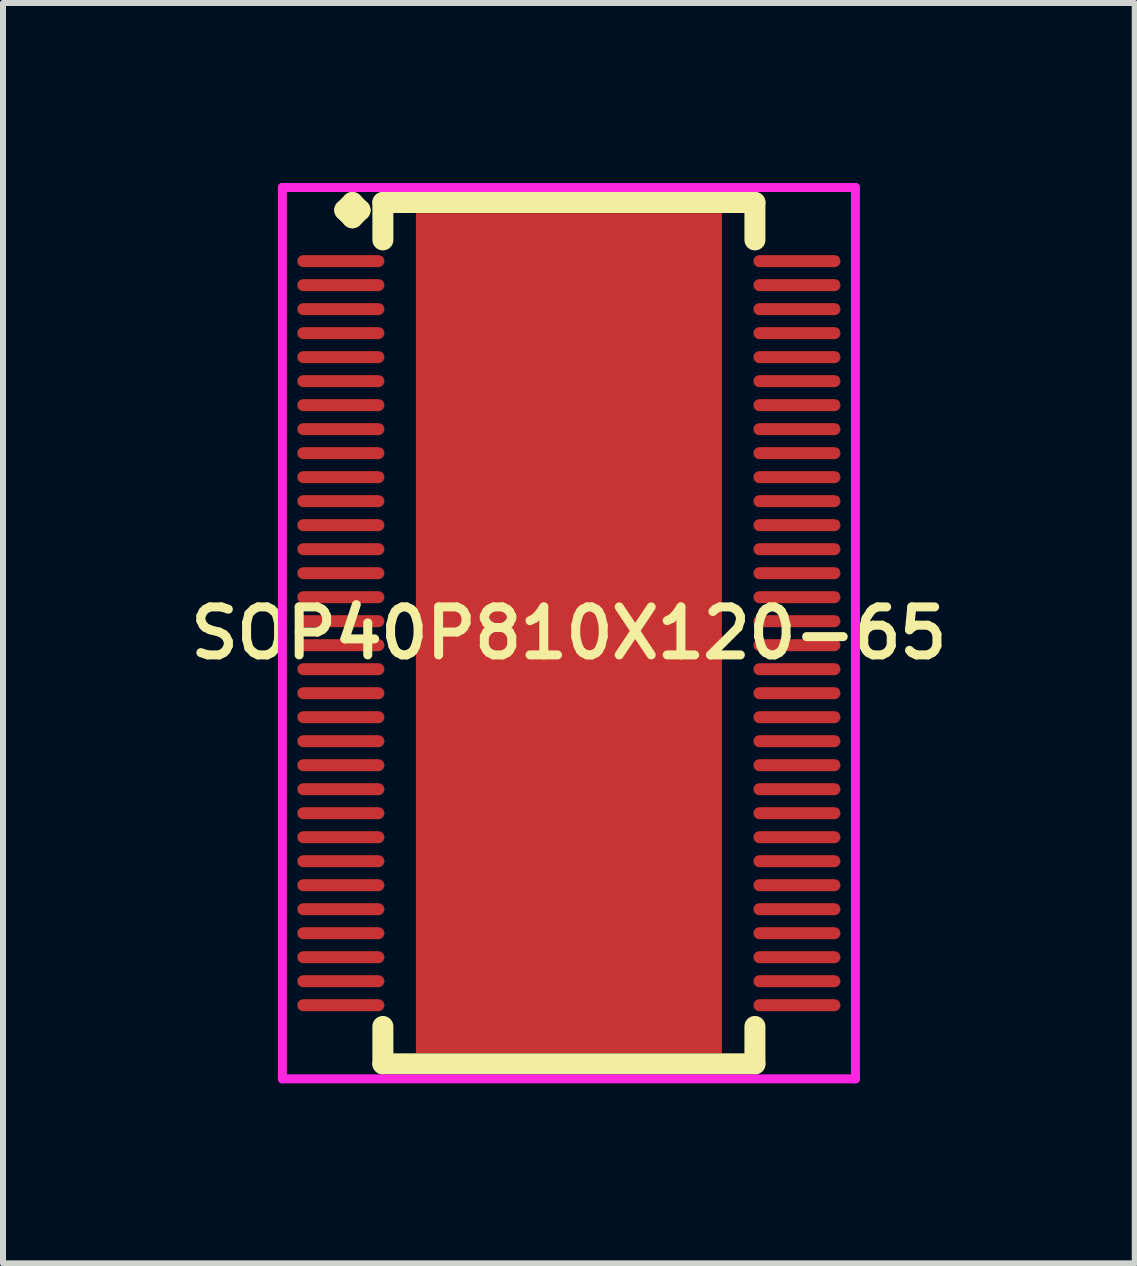
<source format=kicad_pcb>
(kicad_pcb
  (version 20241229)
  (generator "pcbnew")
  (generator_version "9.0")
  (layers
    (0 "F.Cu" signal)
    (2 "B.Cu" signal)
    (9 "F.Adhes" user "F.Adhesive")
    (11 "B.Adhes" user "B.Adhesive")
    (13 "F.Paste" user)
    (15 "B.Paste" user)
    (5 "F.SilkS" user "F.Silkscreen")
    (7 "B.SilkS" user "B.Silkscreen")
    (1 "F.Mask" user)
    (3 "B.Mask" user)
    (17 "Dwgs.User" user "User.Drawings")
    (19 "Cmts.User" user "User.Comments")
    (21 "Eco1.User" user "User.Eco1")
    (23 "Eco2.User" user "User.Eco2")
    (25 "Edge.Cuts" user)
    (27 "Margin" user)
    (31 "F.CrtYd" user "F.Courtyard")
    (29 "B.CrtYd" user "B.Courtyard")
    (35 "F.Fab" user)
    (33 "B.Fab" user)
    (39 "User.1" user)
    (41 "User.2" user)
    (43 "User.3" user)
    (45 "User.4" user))
  (footprint "SOP40P810X120-65"
    (layer "F.Cu")
    (at 6.431 7.502)
    (property "Reference" "SOP40P810X120-65" (at 0 0 0) (layer "F.SilkS") (effects (font (size 0.8 0.8) (thickness 0.15))))
    (attr smd)
    (fp_line (start -3.735 -7.05) (end -3.608 -7.177) (stroke (width 0.35) (type solid)) (layer "F.SilkS"))
    (fp_line (start -3.608 -7.177) (end -3.481 -7.05) (stroke (width 0.35) (type solid)) (layer "F.SilkS"))
    (fp_line (start -3.608 -6.923) (end -3.735 -7.05) (stroke (width 0.35) (type solid)) (layer "F.SilkS"))
    (fp_line (start -3.481 -7.05) (end -3.608 -6.923) (stroke (width 0.35) (type solid)) (layer "F.SilkS"))
    (fp_line (start -3.1 -7.177) (end 3.1 -7.177) (stroke (width 0.35) (type solid)) (layer "F.SilkS"))
    (fp_line (start -3.1 -6.554) (end -3.1 -7.177) (stroke (width 0.35) (type solid)) (layer "F.SilkS"))
    (fp_line (start -3.1 6.554) (end -3.1 7.177) (stroke (width 0.35) (type solid)) (layer "F.SilkS"))
    (fp_line (start -3.1 7.177) (end 3.1 7.177) (stroke (width 0.35) (type solid)) (layer "F.SilkS"))
    (fp_line (start 3.1 -7.177) (end 3.1 -6.554) (stroke (width 0.35) (type solid)) (layer "F.SilkS"))
    (fp_line (start 3.1 7.177) (end 3.1 6.554) (stroke (width 0.35) (type solid)) (layer "F.SilkS"))
    (fp_line (start -4.775 -7.427) (end 4.775 -7.427) (stroke (width 0.15) (type solid)) (layer "F.CrtYd"))
    (fp_line (start -4.775 7.427) (end -4.775 -7.427) (stroke (width 0.15) (type solid)) (layer "F.CrtYd"))
    (fp_line (start 4.775 -7.427) (end 4.775 7.427) (stroke (width 0.15) (type solid)) (layer "F.CrtYd"))
    (fp_line (start 4.775 7.427) (end -4.775 7.427) (stroke (width 0.15) (type solid)) (layer "F.CrtYd"))
    (pad "1" smd oval (at -3.8 -6.2) (size 1.45 0.2) (layers "F.Cu" "F.Mask" "F.Paste"))
    (pad "2" smd oval (at -3.8 -5.8) (size 1.45 0.2) (layers "F.Cu" "F.Mask" "F.Paste"))
    (pad "3" smd oval (at -3.8 -5.4) (size 1.45 0.2) (layers "F.Cu" "F.Mask" "F.Paste"))
    (pad "4" smd oval (at -3.8 -5) (size 1.45 0.2) (layers "F.Cu" "F.Mask" "F.Paste"))
    (pad "5" smd oval (at -3.8 -4.6) (size 1.45 0.2) (layers "F.Cu" "F.Mask" "F.Paste"))
    (pad "6" smd oval (at -3.8 -4.2) (size 1.45 0.2) (layers "F.Cu" "F.Mask" "F.Paste"))
    (pad "7" smd oval (at -3.8 -3.8) (size 1.45 0.2) (layers "F.Cu" "F.Mask" "F.Paste"))
    (pad "8" smd oval (at -3.8 -3.4) (size 1.45 0.2) (layers "F.Cu" "F.Mask" "F.Paste"))
    (pad "9" smd oval (at -3.8 -3) (size 1.45 0.2) (layers "F.Cu" "F.Mask" "F.Paste"))
    (pad "10" smd oval (at -3.8 -2.6) (size 1.45 0.2) (layers "F.Cu" "F.Mask" "F.Paste"))
    (pad "11" smd oval (at -3.8 -2.2) (size 1.45 0.2) (layers "F.Cu" "F.Mask" "F.Paste"))
    (pad "12" smd oval (at -3.8 -1.8) (size 1.45 0.2) (layers "F.Cu" "F.Mask" "F.Paste"))
    (pad "13" smd oval (at -3.8 -1.4) (size 1.45 0.2) (layers "F.Cu" "F.Mask" "F.Paste"))
    (pad "14" smd oval (at -3.8 -1) (size 1.45 0.2) (layers "F.Cu" "F.Mask" "F.Paste"))
    (pad "15" smd oval (at -3.8 -0.6) (size 1.45 0.2) (layers "F.Cu" "F.Mask" "F.Paste"))
    (pad "16" smd oval (at -3.8 -0.2) (size 1.45 0.2) (layers "F.Cu" "F.Mask" "F.Paste"))
    (pad "17" smd oval (at -3.8 0.2) (size 1.45 0.2) (layers "F.Cu" "F.Mask" "F.Paste"))
    (pad "18" smd oval (at -3.8 0.6) (size 1.45 0.2) (layers "F.Cu" "F.Mask" "F.Paste"))
    (pad "19" smd oval (at -3.8 1) (size 1.45 0.2) (layers "F.Cu" "F.Mask" "F.Paste"))
    (pad "20" smd oval (at -3.8 1.4) (size 1.45 0.2) (layers "F.Cu" "F.Mask" "F.Paste"))
    (pad "21" smd oval (at -3.8 1.8) (size 1.45 0.2) (layers "F.Cu" "F.Mask" "F.Paste"))
    (pad "22" smd oval (at -3.8 2.2) (size 1.45 0.2) (layers "F.Cu" "F.Mask" "F.Paste"))
    (pad "23" smd oval (at -3.8 2.6) (size 1.45 0.2) (layers "F.Cu" "F.Mask" "F.Paste"))
    (pad "24" smd oval (at -3.8 3) (size 1.45 0.2) (layers "F.Cu" "F.Mask" "F.Paste"))
    (pad "25" smd oval (at -3.8 3.4) (size 1.45 0.2) (layers "F.Cu" "F.Mask" "F.Paste"))
    (pad "26" smd oval (at -3.8 3.8) (size 1.45 0.2) (layers "F.Cu" "F.Mask" "F.Paste"))
    (pad "27" smd oval (at -3.8 4.2) (size 1.45 0.2) (layers "F.Cu" "F.Mask" "F.Paste"))
    (pad "28" smd oval (at -3.8 4.6) (size 1.45 0.2) (layers "F.Cu" "F.Mask" "F.Paste"))
    (pad "29" smd oval (at -3.8 5) (size 1.45 0.2) (layers "F.Cu" "F.Mask" "F.Paste"))
    (pad "30" smd oval (at -3.8 5.4) (size 1.45 0.2) (layers "F.Cu" "F.Mask" "F.Paste"))
    (pad "31" smd oval (at -3.8 5.8) (size 1.45 0.2) (layers "F.Cu" "F.Mask" "F.Paste"))
    (pad "32" smd oval (at -3.8 6.2) (size 1.45 0.2) (layers "F.Cu" "F.Mask" "F.Paste"))
    (pad "33" smd oval (at 3.8 6.2) (size 1.45 0.2) (layers "F.Cu" "F.Mask" "F.Paste"))
    (pad "34" smd oval (at 3.8 5.8) (size 1.45 0.2) (layers "F.Cu" "F.Mask" "F.Paste"))
    (pad "35" smd oval (at 3.8 5.4) (size 1.45 0.2) (layers "F.Cu" "F.Mask" "F.Paste"))
    (pad "36" smd oval (at 3.8 5) (size 1.45 0.2) (layers "F.Cu" "F.Mask" "F.Paste"))
    (pad "37" smd oval (at 3.8 4.6) (size 1.45 0.2) (layers "F.Cu" "F.Mask" "F.Paste"))
    (pad "38" smd oval (at 3.8 4.2) (size 1.45 0.2) (layers "F.Cu" "F.Mask" "F.Paste"))
    (pad "39" smd oval (at 3.8 3.8) (size 1.45 0.2) (layers "F.Cu" "F.Mask" "F.Paste"))
    (pad "40" smd oval (at 3.8 3.4) (size 1.45 0.2) (layers "F.Cu" "F.Mask" "F.Paste"))
    (pad "41" smd oval (at 3.8 3) (size 1.45 0.2) (layers "F.Cu" "F.Mask" "F.Paste"))
    (pad "42" smd oval (at 3.8 2.6) (size 1.45 0.2) (layers "F.Cu" "F.Mask" "F.Paste"))
    (pad "43" smd oval (at 3.8 2.2) (size 1.45 0.2) (layers "F.Cu" "F.Mask" "F.Paste"))
    (pad "44" smd oval (at 3.8 1.8) (size 1.45 0.2) (layers "F.Cu" "F.Mask" "F.Paste"))
    (pad "45" smd oval (at 3.8 1.4) (size 1.45 0.2) (layers "F.Cu" "F.Mask" "F.Paste"))
    (pad "46" smd oval (at 3.8 1) (size 1.45 0.2) (layers "F.Cu" "F.Mask" "F.Paste"))
    (pad "47" smd oval (at 3.8 0.6) (size 1.45 0.2) (layers "F.Cu" "F.Mask" "F.Paste"))
    (pad "48" smd oval (at 3.8 0.2) (size 1.45 0.2) (layers "F.Cu" "F.Mask" "F.Paste"))
    (pad "49" smd oval (at 3.8 -0.2) (size 1.45 0.2) (layers "F.Cu" "F.Mask" "F.Paste"))
    (pad "50" smd oval (at 3.8 -0.6) (size 1.45 0.2) (layers "F.Cu" "F.Mask" "F.Paste"))
    (pad "51" smd oval (at 3.8 -1) (size 1.45 0.2) (layers "F.Cu" "F.Mask" "F.Paste"))
    (pad "52" smd oval (at 3.8 -1.4) (size 1.45 0.2) (layers "F.Cu" "F.Mask" "F.Paste"))
    (pad "53" smd oval (at 3.8 -1.8) (size 1.45 0.2) (layers "F.Cu" "F.Mask" "F.Paste"))
    (pad "54" smd oval (at 3.8 -2.2) (size 1.45 0.2) (layers "F.Cu" "F.Mask" "F.Paste"))
    (pad "55" smd oval (at 3.8 -2.6) (size 1.45 0.2) (layers "F.Cu" "F.Mask" "F.Paste"))
    (pad "56" smd oval (at 3.8 -3) (size 1.45 0.2) (layers "F.Cu" "F.Mask" "F.Paste"))
    (pad "57" smd oval (at 3.8 -3.4) (size 1.45 0.2) (layers "F.Cu" "F.Mask" "F.Paste"))
    (pad "58" smd oval (at 3.8 -3.8) (size 1.45 0.2) (layers "F.Cu" "F.Mask" "F.Paste"))
    (pad "59" smd oval (at 3.8 -4.2) (size 1.45 0.2) (layers "F.Cu" "F.Mask" "F.Paste"))
    (pad "60" smd oval (at 3.8 -4.6) (size 1.45 0.2) (layers "F.Cu" "F.Mask" "F.Paste"))
    (pad "61" smd oval (at 3.8 -5) (size 1.45 0.2) (layers "F.Cu" "F.Mask" "F.Paste"))
    (pad "62" smd oval (at 3.8 -5.4) (size 1.45 0.2) (layers "F.Cu" "F.Mask" "F.Paste"))
    (pad "63" smd oval (at 3.8 -5.8) (size 1.45 0.2) (layers "F.Cu" "F.Mask" "F.Paste"))
    (pad "64" smd oval (at 3.8 -6.2) (size 1.45 0.2) (layers "F.Cu" "F.Mask" "F.Paste"))
    (pad "65" smd rect (at 0 0) (size 5.1 14) (layers "F.Cu" "F.Mask" "F.Paste")))
  (gr_rect
    (start -3 -3)
    (end 15.861 18.004)
    (stroke (width 0.1) (type default))
    (fill no)
    (layer "Edge.Cuts")))
</source>
